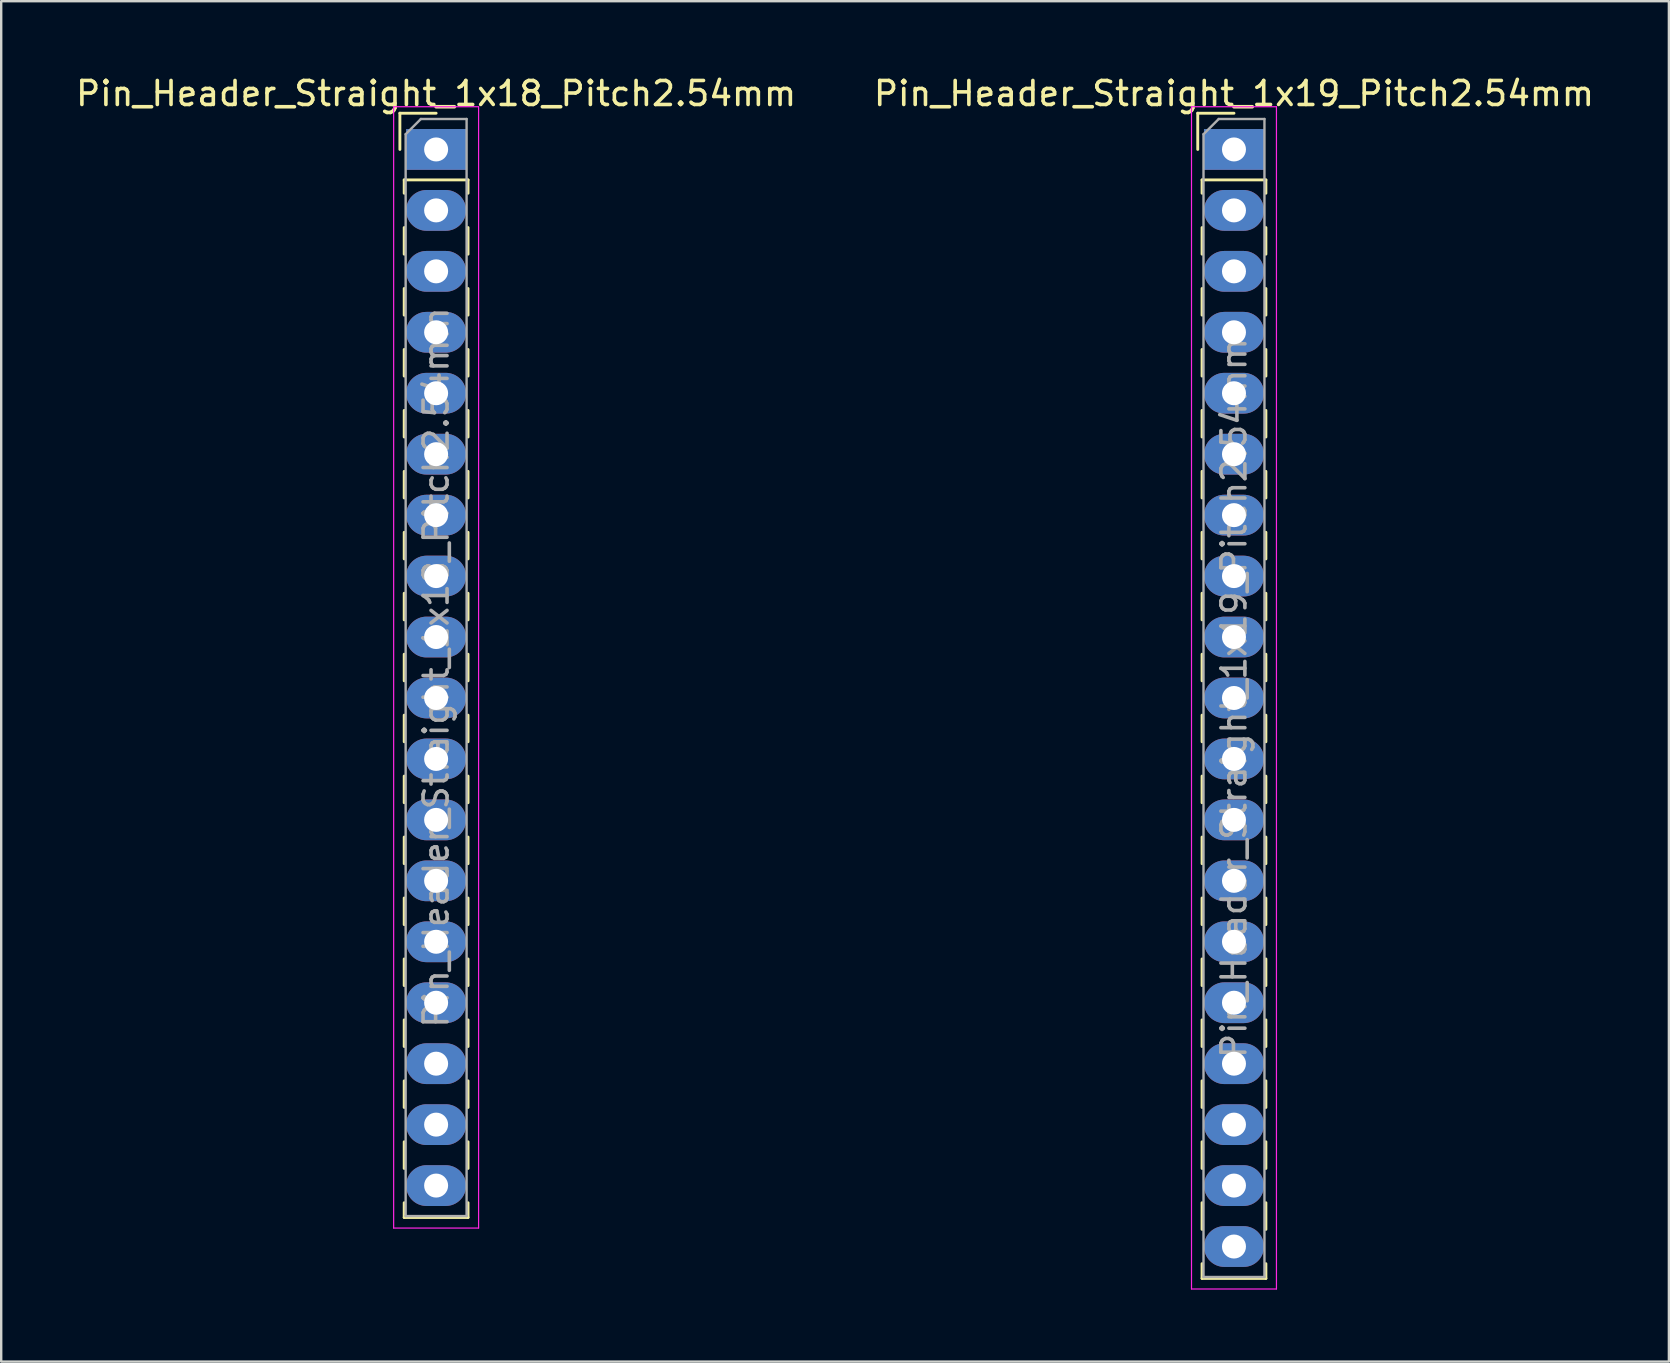
<source format=kicad_pcb>
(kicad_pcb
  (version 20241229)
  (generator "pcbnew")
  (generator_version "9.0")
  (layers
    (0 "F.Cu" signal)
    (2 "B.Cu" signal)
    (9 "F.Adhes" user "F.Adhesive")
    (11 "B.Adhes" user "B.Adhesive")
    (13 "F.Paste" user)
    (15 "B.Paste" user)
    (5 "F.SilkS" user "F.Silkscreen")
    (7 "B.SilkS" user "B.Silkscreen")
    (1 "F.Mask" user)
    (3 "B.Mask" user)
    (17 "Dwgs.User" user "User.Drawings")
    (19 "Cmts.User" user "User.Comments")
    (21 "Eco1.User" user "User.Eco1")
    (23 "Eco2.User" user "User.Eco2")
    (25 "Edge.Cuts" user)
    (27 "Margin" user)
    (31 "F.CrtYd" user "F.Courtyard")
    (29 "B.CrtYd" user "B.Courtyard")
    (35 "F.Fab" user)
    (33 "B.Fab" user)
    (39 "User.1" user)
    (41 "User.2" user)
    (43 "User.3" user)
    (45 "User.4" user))
  (footprint "Pin_Header_Straight_1x19_Pitch2.54mm"
    (layer "F.Cu")
    (at 48.375 3.178)
    (property "Reference" "Pin_Header_Straight_1x19_Pitch2.54mm" (at 0 -2.33 0) (layer "F.SilkS") (effects (font (size 1 1) (thickness 0.15))))
    (attr through_hole)
    (fp_line (start -1.51 -1.51) (end 0 -1.51) (stroke (width 0.12) (type solid)) (layer "F.SilkS"))
    (fp_line (start -1.51 0) (end -1.51 -1.51) (stroke (width 0.12) (type solid)) (layer "F.SilkS"))
    (fp_line (start -1.33 1.27) (end -1.33 1.825) (stroke (width 0.12) (type solid)) (layer "F.SilkS"))
    (fp_line (start -1.33 1.27) (end 1.33 1.27) (stroke (width 0.12) (type solid)) (layer "F.SilkS"))
    (fp_line (start -1.33 3.255) (end -1.33 4.365) (stroke (width 0.12) (type solid)) (layer "F.SilkS"))
    (fp_line (start -1.33 5.795) (end -1.33 6.905) (stroke (width 0.12) (type solid)) (layer "F.SilkS"))
    (fp_line (start -1.33 8.335) (end -1.33 9.445) (stroke (width 0.12) (type solid)) (layer "F.SilkS"))
    (fp_line (start -1.33 10.875) (end -1.33 11.985) (stroke (width 0.12) (type solid)) (layer "F.SilkS"))
    (fp_line (start -1.33 13.415) (end -1.33 14.525) (stroke (width 0.12) (type solid)) (layer "F.SilkS"))
    (fp_line (start -1.33 15.955) (end -1.33 17.065) (stroke (width 0.12) (type solid)) (layer "F.SilkS"))
    (fp_line (start -1.33 18.495) (end -1.33 19.605) (stroke (width 0.12) (type solid)) (layer "F.SilkS"))
    (fp_line (start -1.33 21.035) (end -1.33 22.145) (stroke (width 0.12) (type solid)) (layer "F.SilkS"))
    (fp_line (start -1.33 23.575) (end -1.33 24.685) (stroke (width 0.12) (type solid)) (layer "F.SilkS"))
    (fp_line (start -1.33 26.115) (end -1.33 27.225) (stroke (width 0.12) (type solid)) (layer "F.SilkS"))
    (fp_line (start -1.33 28.655) (end -1.33 29.765) (stroke (width 0.12) (type solid)) (layer "F.SilkS"))
    (fp_line (start -1.33 31.195) (end -1.33 32.305) (stroke (width 0.12) (type solid)) (layer "F.SilkS"))
    (fp_line (start -1.33 33.735) (end -1.33 34.845) (stroke (width 0.12) (type solid)) (layer "F.SilkS"))
    (fp_line (start -1.33 36.275) (end -1.33 37.385) (stroke (width 0.12) (type solid)) (layer "F.SilkS"))
    (fp_line (start -1.33 38.815) (end -1.33 39.925) (stroke (width 0.12) (type solid)) (layer "F.SilkS"))
    (fp_line (start -1.33 41.355) (end -1.33 42.465) (stroke (width 0.12) (type solid)) (layer "F.SilkS"))
    (fp_line (start -1.33 43.895) (end -1.33 45.005) (stroke (width 0.12) (type solid)) (layer "F.SilkS"))
    (fp_line (start -1.33 46.435) (end -1.33 47.05) (stroke (width 0.12) (type solid)) (layer "F.SilkS"))
    (fp_line (start -1.33 47.05) (end 1.33 47.05) (stroke (width 0.12) (type solid)) (layer "F.SilkS"))
    (fp_line (start 1.33 1.27) (end 1.33 1.825) (stroke (width 0.12) (type solid)) (layer "F.SilkS"))
    (fp_line (start 1.33 3.255) (end 1.33 4.365) (stroke (width 0.12) (type solid)) (layer "F.SilkS"))
    (fp_line (start 1.33 5.795) (end 1.33 6.905) (stroke (width 0.12) (type solid)) (layer "F.SilkS"))
    (fp_line (start 1.33 8.335) (end 1.33 9.445) (stroke (width 0.12) (type solid)) (layer "F.SilkS"))
    (fp_line (start 1.33 10.875) (end 1.33 11.985) (stroke (width 0.12) (type solid)) (layer "F.SilkS"))
    (fp_line (start 1.33 13.415) (end 1.33 14.525) (stroke (width 0.12) (type solid)) (layer "F.SilkS"))
    (fp_line (start 1.33 15.955) (end 1.33 17.065) (stroke (width 0.12) (type solid)) (layer "F.SilkS"))
    (fp_line (start 1.33 18.495) (end 1.33 19.605) (stroke (width 0.12) (type solid)) (layer "F.SilkS"))
    (fp_line (start 1.33 21.035) (end 1.33 22.145) (stroke (width 0.12) (type solid)) (layer "F.SilkS"))
    (fp_line (start 1.33 23.575) (end 1.33 24.685) (stroke (width 0.12) (type solid)) (layer "F.SilkS"))
    (fp_line (start 1.33 26.115) (end 1.33 27.225) (stroke (width 0.12) (type solid)) (layer "F.SilkS"))
    (fp_line (start 1.33 28.655) (end 1.33 29.765) (stroke (width 0.12) (type solid)) (layer "F.SilkS"))
    (fp_line (start 1.33 31.195) (end 1.33 32.305) (stroke (width 0.12) (type solid)) (layer "F.SilkS"))
    (fp_line (start 1.33 33.735) (end 1.33 34.845) (stroke (width 0.12) (type solid)) (layer "F.SilkS"))
    (fp_line (start 1.33 36.275) (end 1.33 37.385) (stroke (width 0.12) (type solid)) (layer "F.SilkS"))
    (fp_line (start 1.33 38.815) (end 1.33 39.925) (stroke (width 0.12) (type solid)) (layer "F.SilkS"))
    (fp_line (start 1.33 41.355) (end 1.33 42.465) (stroke (width 0.12) (type solid)) (layer "F.SilkS"))
    (fp_line (start 1.33 43.895) (end 1.33 45.005) (stroke (width 0.12) (type solid)) (layer "F.SilkS"))
    (fp_line (start 1.33 46.435) (end 1.33 47.05) (stroke (width 0.12) (type solid)) (layer "F.SilkS"))
    (fp_line (start -1.77 -1.78) (end -1.77 47.49) (stroke (width 0.05) (type solid)) (layer "F.CrtYd"))
    (fp_line (start -1.77 47.49) (end 1.77 47.49) (stroke (width 0.05) (type solid)) (layer "F.CrtYd"))
    (fp_line (start 1.77 -1.78) (end -1.77 -1.78) (stroke (width 0.05) (type solid)) (layer "F.CrtYd"))
    (fp_line (start 1.77 47.49) (end 1.77 -1.78) (stroke (width 0.05) (type solid)) (layer "F.CrtYd"))
    (fp_line (start -1.27 -0.635) (end -0.635 -1.27) (stroke (width 0.1) (type solid)) (layer "F.Fab"))
    (fp_line (start -1.27 46.99) (end -1.27 -0.635) (stroke (width 0.1) (type solid)) (layer "F.Fab"))
    (fp_line (start -0.635 -1.27) (end 1.27 -1.27) (stroke (width 0.1) (type solid)) (layer "F.Fab"))
    (fp_line (start 1.27 -1.27) (end 1.27 46.99) (stroke (width 0.1) (type solid)) (layer "F.Fab"))
    (fp_line (start 1.27 46.99) (end -1.27 46.99) (stroke (width 0.1) (type solid)) (layer "F.Fab"))
    (fp_text user "${REFERENCE}" (at 0 22.86 90) (layer "F.Fab") (effects (font (size 1 1) (thickness 0.15))))
    (pad "1" thru_hole rect (at 0 0) (size 2.5 1.7) (drill 1) (layers "*.Cu" "*.Mask"))
    (pad "2" thru_hole oval (at 0 2.54) (size 2.5 1.7) (drill 1) (layers "*.Cu" "*.Mask"))
    (pad "3" thru_hole oval (at 0 5.08) (size 2.5 1.7) (drill 1) (layers "*.Cu" "*.Mask"))
    (pad "4" thru_hole oval (at 0 7.62) (size 2.5 1.7) (drill 1) (layers "*.Cu" "*.Mask"))
    (pad "5" thru_hole oval (at 0 10.16) (size 2.5 1.7) (drill 1) (layers "*.Cu" "*.Mask"))
    (pad "6" thru_hole oval (at 0 12.7) (size 2.5 1.7) (drill 1) (layers "*.Cu" "*.Mask"))
    (pad "7" thru_hole oval (at 0 15.24) (size 2.5 1.7) (drill 1) (layers "*.Cu" "*.Mask"))
    (pad "8" thru_hole oval (at 0 17.78) (size 2.5 1.7) (drill 1) (layers "*.Cu" "*.Mask"))
    (pad "9" thru_hole oval (at 0 20.32) (size 2.5 1.7) (drill 1) (layers "*.Cu" "*.Mask"))
    (pad "10" thru_hole oval (at 0 22.86) (size 2.5 1.7) (drill 1) (layers "*.Cu" "*.Mask"))
    (pad "11" thru_hole oval (at 0 25.4) (size 2.5 1.7) (drill 1) (layers "*.Cu" "*.Mask"))
    (pad "12" thru_hole oval (at 0 27.94) (size 2.5 1.7) (drill 1) (layers "*.Cu" "*.Mask"))
    (pad "13" thru_hole oval (at 0 30.48) (size 2.5 1.7) (drill 1) (layers "*.Cu" "*.Mask"))
    (pad "14" thru_hole oval (at 0 33.02) (size 2.5 1.7) (drill 1) (layers "*.Cu" "*.Mask"))
    (pad "15" thru_hole oval (at 0 35.56) (size 2.5 1.7) (drill 1) (layers "*.Cu" "*.Mask"))
    (pad "16" thru_hole oval (at 0 38.1) (size 2.5 1.7) (drill 1) (layers "*.Cu" "*.Mask"))
    (pad "17" thru_hole oval (at 0 40.64) (size 2.5 1.7) (drill 1) (layers "*.Cu" "*.Mask"))
    (pad "18" thru_hole oval (at 0 43.18) (size 2.5 1.7) (drill 1) (layers "*.Cu" "*.Mask"))
    (pad "19" thru_hole oval (at 0 45.72) (size 2.5 1.7) (drill 1) (layers "*.Cu" "*.Mask")))
  (footprint "Pin_Header_Straight_1x18_Pitch2.54mm"
    (layer "F.Cu")
    (at 15.125 3.178)
    (property "Reference" "Pin_Header_Straight_1x18_Pitch2.54mm" (at 0 -2.33 0) (layer "F.SilkS") (effects (font (size 1 1) (thickness 0.15))))
    (attr through_hole)
    (fp_line (start -1.51 -1.51) (end 0 -1.51) (stroke (width 0.12) (type solid)) (layer "F.SilkS"))
    (fp_line (start -1.51 0) (end -1.51 -1.51) (stroke (width 0.12) (type solid)) (layer "F.SilkS"))
    (fp_line (start -1.33 1.27) (end -1.33 1.825) (stroke (width 0.12) (type solid)) (layer "F.SilkS"))
    (fp_line (start -1.33 1.27) (end 1.33 1.27) (stroke (width 0.12) (type solid)) (layer "F.SilkS"))
    (fp_line (start -1.33 3.255) (end -1.33 4.365) (stroke (width 0.12) (type solid)) (layer "F.SilkS"))
    (fp_line (start -1.33 5.795) (end -1.33 6.905) (stroke (width 0.12) (type solid)) (layer "F.SilkS"))
    (fp_line (start -1.33 8.335) (end -1.33 9.445) (stroke (width 0.12) (type solid)) (layer "F.SilkS"))
    (fp_line (start -1.33 10.875) (end -1.33 11.985) (stroke (width 0.12) (type solid)) (layer "F.SilkS"))
    (fp_line (start -1.33 13.415) (end -1.33 14.525) (stroke (width 0.12) (type solid)) (layer "F.SilkS"))
    (fp_line (start -1.33 15.955) (end -1.33 17.065) (stroke (width 0.12) (type solid)) (layer "F.SilkS"))
    (fp_line (start -1.33 18.495) (end -1.33 19.605) (stroke (width 0.12) (type solid)) (layer "F.SilkS"))
    (fp_line (start -1.33 21.035) (end -1.33 22.145) (stroke (width 0.12) (type solid)) (layer "F.SilkS"))
    (fp_line (start -1.33 23.575) (end -1.33 24.685) (stroke (width 0.12) (type solid)) (layer "F.SilkS"))
    (fp_line (start -1.33 26.115) (end -1.33 27.225) (stroke (width 0.12) (type solid)) (layer "F.SilkS"))
    (fp_line (start -1.33 28.655) (end -1.33 29.765) (stroke (width 0.12) (type solid)) (layer "F.SilkS"))
    (fp_line (start -1.33 31.195) (end -1.33 32.305) (stroke (width 0.12) (type solid)) (layer "F.SilkS"))
    (fp_line (start -1.33 33.735) (end -1.33 34.845) (stroke (width 0.12) (type solid)) (layer "F.SilkS"))
    (fp_line (start -1.33 36.275) (end -1.33 37.385) (stroke (width 0.12) (type solid)) (layer "F.SilkS"))
    (fp_line (start -1.33 38.815) (end -1.33 39.925) (stroke (width 0.12) (type solid)) (layer "F.SilkS"))
    (fp_line (start -1.33 41.355) (end -1.33 42.465) (stroke (width 0.12) (type solid)) (layer "F.SilkS"))
    (fp_line (start -1.33 43.895) (end -1.33 44.51) (stroke (width 0.12) (type solid)) (layer "F.SilkS"))
    (fp_line (start -1.33 44.51) (end 1.33 44.51) (stroke (width 0.12) (type solid)) (layer "F.SilkS"))
    (fp_line (start 1.33 1.27) (end 1.33 1.825) (stroke (width 0.12) (type solid)) (layer "F.SilkS"))
    (fp_line (start 1.33 3.255) (end 1.33 4.365) (stroke (width 0.12) (type solid)) (layer "F.SilkS"))
    (fp_line (start 1.33 5.795) (end 1.33 6.905) (stroke (width 0.12) (type solid)) (layer "F.SilkS"))
    (fp_line (start 1.33 8.335) (end 1.33 9.445) (stroke (width 0.12) (type solid)) (layer "F.SilkS"))
    (fp_line (start 1.33 10.875) (end 1.33 11.985) (stroke (width 0.12) (type solid)) (layer "F.SilkS"))
    (fp_line (start 1.33 13.415) (end 1.33 14.525) (stroke (width 0.12) (type solid)) (layer "F.SilkS"))
    (fp_line (start 1.33 15.955) (end 1.33 17.065) (stroke (width 0.12) (type solid)) (layer "F.SilkS"))
    (fp_line (start 1.33 18.495) (end 1.33 19.605) (stroke (width 0.12) (type solid)) (layer "F.SilkS"))
    (fp_line (start 1.33 21.035) (end 1.33 22.145) (stroke (width 0.12) (type solid)) (layer "F.SilkS"))
    (fp_line (start 1.33 23.575) (end 1.33 24.685) (stroke (width 0.12) (type solid)) (layer "F.SilkS"))
    (fp_line (start 1.33 26.115) (end 1.33 27.225) (stroke (width 0.12) (type solid)) (layer "F.SilkS"))
    (fp_line (start 1.33 28.655) (end 1.33 29.765) (stroke (width 0.12) (type solid)) (layer "F.SilkS"))
    (fp_line (start 1.33 31.195) (end 1.33 32.305) (stroke (width 0.12) (type solid)) (layer "F.SilkS"))
    (fp_line (start 1.33 33.735) (end 1.33 34.845) (stroke (width 0.12) (type solid)) (layer "F.SilkS"))
    (fp_line (start 1.33 36.275) (end 1.33 37.385) (stroke (width 0.12) (type solid)) (layer "F.SilkS"))
    (fp_line (start 1.33 38.815) (end 1.33 39.925) (stroke (width 0.12) (type solid)) (layer "F.SilkS"))
    (fp_line (start 1.33 41.355) (end 1.33 42.465) (stroke (width 0.12) (type solid)) (layer "F.SilkS"))
    (fp_line (start 1.33 43.895) (end 1.33 44.51) (stroke (width 0.12) (type solid)) (layer "F.SilkS"))
    (fp_line (start -1.77 -1.78) (end -1.77 44.95) (stroke (width 0.05) (type solid)) (layer "F.CrtYd"))
    (fp_line (start -1.77 44.95) (end 1.77 44.95) (stroke (width 0.05) (type solid)) (layer "F.CrtYd"))
    (fp_line (start 1.77 -1.78) (end -1.77 -1.78) (stroke (width 0.05) (type solid)) (layer "F.CrtYd"))
    (fp_line (start 1.77 44.95) (end 1.77 -1.78) (stroke (width 0.05) (type solid)) (layer "F.CrtYd"))
    (fp_line (start -1.27 -0.635) (end -0.635 -1.27) (stroke (width 0.1) (type solid)) (layer "F.Fab"))
    (fp_line (start -1.27 44.45) (end -1.27 -0.635) (stroke (width 0.1) (type solid)) (layer "F.Fab"))
    (fp_line (start -0.635 -1.27) (end 1.27 -1.27) (stroke (width 0.1) (type solid)) (layer "F.Fab"))
    (fp_line (start 1.27 -1.27) (end 1.27 44.45) (stroke (width 0.1) (type solid)) (layer "F.Fab"))
    (fp_line (start 1.27 44.45) (end -1.27 44.45) (stroke (width 0.1) (type solid)) (layer "F.Fab"))
    (fp_text user "${REFERENCE}" (at 0 21.59 90) (layer "F.Fab") (effects (font (size 1 1) (thickness 0.15))))
    (pad "1" thru_hole rect (at 0 0) (size 2.5 1.7) (drill 1) (layers "*.Cu" "*.Mask"))
    (pad "2" thru_hole oval (at 0 2.54) (size 2.5 1.7) (drill 1) (layers "*.Cu" "*.Mask"))
    (pad "3" thru_hole oval (at 0 5.08) (size 2.5 1.7) (drill 1) (layers "*.Cu" "*.Mask"))
    (pad "4" thru_hole oval (at 0 7.62) (size 2.5 1.7) (drill 1) (layers "*.Cu" "*.Mask"))
    (pad "5" thru_hole oval (at 0 10.16) (size 2.5 1.7) (drill 1) (layers "*.Cu" "*.Mask"))
    (pad "6" thru_hole oval (at 0 12.7) (size 2.5 1.7) (drill 1) (layers "*.Cu" "*.Mask"))
    (pad "7" thru_hole oval (at 0 15.24) (size 2.5 1.7) (drill 1) (layers "*.Cu" "*.Mask"))
    (pad "8" thru_hole oval (at 0 17.78) (size 2.5 1.7) (drill 1) (layers "*.Cu" "*.Mask"))
    (pad "9" thru_hole oval (at 0 20.32) (size 2.5 1.7) (drill 1) (layers "*.Cu" "*.Mask"))
    (pad "10" thru_hole oval (at 0 22.86) (size 2.5 1.7) (drill 1) (layers "*.Cu" "*.Mask"))
    (pad "11" thru_hole oval (at 0 25.4) (size 2.5 1.7) (drill 1) (layers "*.Cu" "*.Mask"))
    (pad "12" thru_hole oval (at 0 27.94) (size 2.5 1.7) (drill 1) (layers "*.Cu" "*.Mask"))
    (pad "13" thru_hole oval (at 0 30.48) (size 2.5 1.7) (drill 1) (layers "*.Cu" "*.Mask"))
    (pad "14" thru_hole oval (at 0 33.02) (size 2.5 1.7) (drill 1) (layers "*.Cu" "*.Mask"))
    (pad "15" thru_hole oval (at 0 35.56) (size 2.5 1.7) (drill 1) (layers "*.Cu" "*.Mask"))
    (pad "16" thru_hole oval (at 0 38.1) (size 2.5 1.7) (drill 1) (layers "*.Cu" "*.Mask"))
    (pad "17" thru_hole oval (at 0 40.64) (size 2.5 1.7) (drill 1) (layers "*.Cu" "*.Mask"))
    (pad "18" thru_hole oval (at 0 43.18) (size 2.5 1.7) (drill 1) (layers "*.Cu" "*.Mask")))
  (gr_rect
    (start -3 -3)
    (end 66.5 53.693)
    (stroke (width 0.1) (type default))
    (fill no)
    (layer "Edge.Cuts")))
</source>
